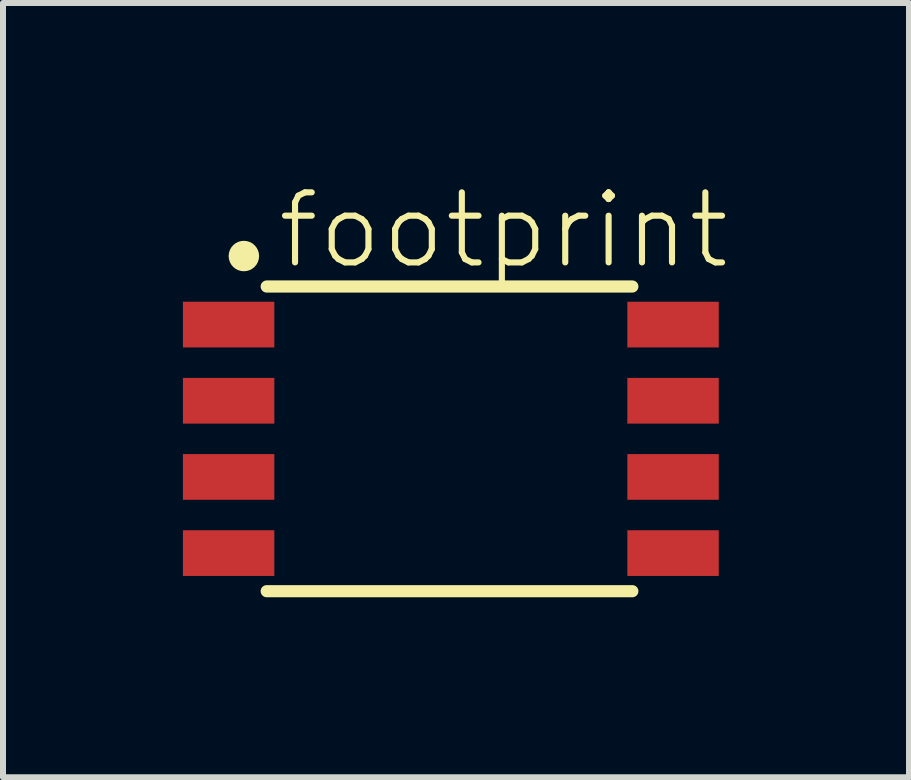
<source format=kicad_pcb>
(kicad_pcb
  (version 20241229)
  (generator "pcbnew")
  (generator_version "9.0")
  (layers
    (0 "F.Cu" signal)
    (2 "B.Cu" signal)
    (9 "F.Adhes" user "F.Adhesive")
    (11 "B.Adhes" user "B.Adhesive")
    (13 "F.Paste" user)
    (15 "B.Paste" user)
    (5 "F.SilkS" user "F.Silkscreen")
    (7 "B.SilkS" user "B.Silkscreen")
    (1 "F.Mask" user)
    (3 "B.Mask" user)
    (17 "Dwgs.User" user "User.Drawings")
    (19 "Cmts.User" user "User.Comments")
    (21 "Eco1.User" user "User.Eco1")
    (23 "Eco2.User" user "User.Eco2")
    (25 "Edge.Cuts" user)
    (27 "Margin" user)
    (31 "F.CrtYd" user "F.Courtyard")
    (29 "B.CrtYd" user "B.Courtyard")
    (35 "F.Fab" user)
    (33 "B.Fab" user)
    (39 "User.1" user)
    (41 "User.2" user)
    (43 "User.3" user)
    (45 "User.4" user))
  (footprint "footprint"
    (layer "F.Cu")
    (at 4.445 4.267)
    (property "Reference" "footprint" (at -2.921 -2.794 0) (layer "F.SilkS") (effects (font (size 1.168 1.168) (thickness 0.102)) (justify left bottom)))
    (fp_line (start -3.048 2.54) (end 3.048 2.54) (stroke (width 0.203) (type solid)) (layer "F.SilkS"))
    (fp_line (start 3.048 -2.54) (end -3.048 -2.54) (stroke (width 0.203) (type solid)) (layer "F.SilkS"))
    (fp_circle (center -3.429 -3.048) (end -3.302 -3.048) (stroke (width 0.254) (type solid)) (fill no) (layer "F.SilkS"))
    (pad "1" smd rect (at -3.683 -1.905 270) (size 0.762 1.524) (layers "F.Cu" "F.Mask" "F.Paste"))
    (pad "2" smd rect (at -3.683 -0.635 270) (size 0.762 1.524) (layers "F.Cu" "F.Mask" "F.Paste"))
    (pad "3" smd rect (at -3.683 0.635 270) (size 0.762 1.524) (layers "F.Cu" "F.Mask" "F.Paste"))
    (pad "4" smd rect (at -3.683 1.905 270) (size 0.762 1.524) (layers "F.Cu" "F.Mask" "F.Paste"))
    (pad "5" smd rect (at 3.727 1.905 90) (size 0.762 1.524) (layers "F.Cu" "F.Mask" "F.Paste"))
    (pad "6" smd rect (at 3.727 0.635 90) (size 0.762 1.524) (layers "F.Cu" "F.Mask" "F.Paste"))
    (pad "7" smd rect (at 3.727 -0.635 90) (size 0.762 1.524) (layers "F.Cu" "F.Mask" "F.Paste"))
    (pad "8" smd rect (at 3.727 -1.905 90) (size 0.762 1.524) (layers "F.Cu" "F.Mask" "F.Paste")))
  (gr_rect
    (start -3 -3)
    (end 12.106 9.909)
    (stroke (width 0.1) (type default))
    (fill no)
    (layer "Edge.Cuts")))
</source>
